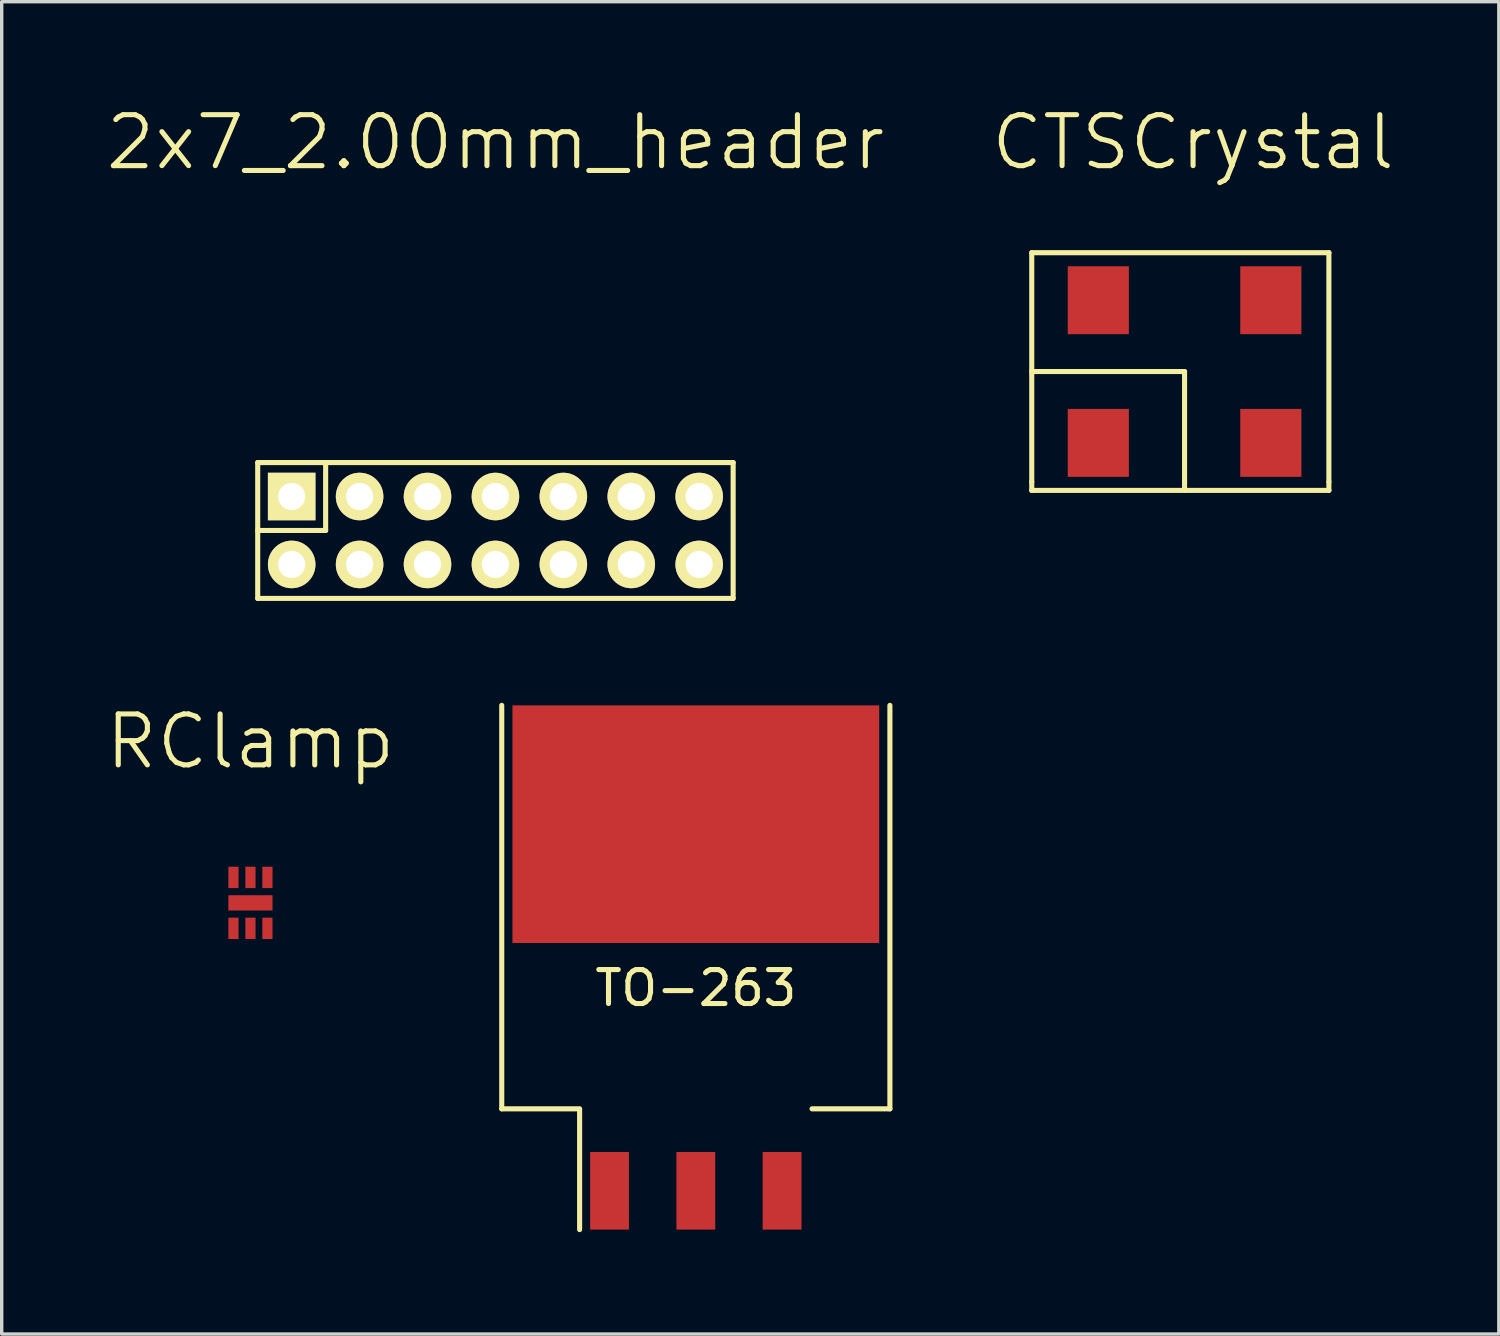
<source format=kicad_pcb>
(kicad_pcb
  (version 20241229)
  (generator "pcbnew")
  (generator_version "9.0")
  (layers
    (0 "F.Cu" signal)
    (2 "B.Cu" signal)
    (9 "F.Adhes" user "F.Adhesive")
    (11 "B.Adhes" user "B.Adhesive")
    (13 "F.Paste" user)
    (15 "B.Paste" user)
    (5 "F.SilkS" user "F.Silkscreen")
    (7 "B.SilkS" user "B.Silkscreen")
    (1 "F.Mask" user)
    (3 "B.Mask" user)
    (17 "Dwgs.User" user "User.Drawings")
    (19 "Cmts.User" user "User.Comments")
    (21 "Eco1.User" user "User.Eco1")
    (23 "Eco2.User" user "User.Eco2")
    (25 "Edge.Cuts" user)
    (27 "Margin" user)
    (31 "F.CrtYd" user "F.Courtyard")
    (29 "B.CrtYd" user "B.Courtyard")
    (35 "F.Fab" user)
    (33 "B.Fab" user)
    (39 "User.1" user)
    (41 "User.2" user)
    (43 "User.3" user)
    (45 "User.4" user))
  (footprint "CTSCrystal"
    (layer "F.Cu")
    (at 31.832 7.891)
    (property "Reference" "CTSCrystal" (at 0.25 -6.75 0) (layer "F.SilkS") (effects (font (size 1.5 1.5) (thickness 0.15))))
    (attr through_hole)
    (fp_line (start -4.5 -3.5) (end 4.25 -3.5) (stroke (width 0.15) (type solid)) (layer "F.SilkS"))
    (fp_line (start -4.5 0) (end 0 0) (stroke (width 0.15) (type solid)) (layer "F.SilkS"))
    (fp_line (start -4.5 3.25) (end -4.5 -3.5) (stroke (width 0.15) (type solid)) (layer "F.SilkS"))
    (fp_line (start -4.5 3.5) (end -4.5 3.25) (stroke (width 0.15) (type solid)) (layer "F.SilkS"))
    (fp_line (start 0 0) (end 0 3.25) (stroke (width 0.15) (type solid)) (layer "F.SilkS"))
    (fp_line (start 0 3.5) (end 0 3.25) (stroke (width 0.15) (type solid)) (layer "F.SilkS"))
    (fp_line (start 4.25 -3.5) (end 4.25 3.25) (stroke (width 0.15) (type solid)) (layer "F.SilkS"))
    (fp_line (start 4.25 3.25) (end 4.25 3.5) (stroke (width 0.15) (type solid)) (layer "F.SilkS"))
    (fp_line (start 4.25 3.5) (end -4.5 3.5) (stroke (width 0.15) (type solid)) (layer "F.SilkS"))
    (pad "1" smd rect (at -2.54 2.1) (size 1.8 2) (layers "F.Cu" "F.Mask" "F.Paste"))
    (pad "2" smd rect (at 2.54 2.1) (size 1.8 2) (layers "F.Cu" "F.Mask" "F.Paste"))
    (pad "3" smd rect (at 2.54 -2.1) (size 1.8 2) (layers "F.Cu" "F.Mask" "F.Paste"))
    (pad "4" smd rect (at -2.54 -2.1) (size 1.8 2) (layers "F.Cu" "F.Mask" "F.Paste")))
  (footprint "2x7_2.00mm_header"
    (layer "F.Cu")
    (at 11.539 12.571)
    (property "Reference" "2x7_2.00mm_header" (at 0 -11.43 0) (layer "F.SilkS") (effects (font (size 1.5 1.5) (thickness 0.15))))
    (attr through_hole)
    (fp_line (start -7 -2) (end -7 2) (stroke (width 0.15) (type solid)) (layer "F.SilkS"))
    (fp_line (start -7 0) (end -5 0) (stroke (width 0.15) (type solid)) (layer "F.SilkS"))
    (fp_line (start -7 2) (end 7 2) (stroke (width 0.15) (type solid)) (layer "F.SilkS"))
    (fp_line (start -5 0) (end -5 -2) (stroke (width 0.15) (type solid)) (layer "F.SilkS"))
    (fp_line (start 7 -2) (end -7 -2) (stroke (width 0.15) (type solid)) (layer "F.SilkS"))
    (fp_line (start 7 2) (end 7 -2) (stroke (width 0.15) (type solid)) (layer "F.SilkS"))
    (pad "1" thru_hole rect (at -6 -1) (size 1.4 1.4) (drill 0.8) (layers "*.Cu" "*.Mask" "F.SilkS"))
    (pad "2" thru_hole circle (at -6 1) (size 1.4 1.4) (drill 0.8) (layers "*.Cu" "*.Mask" "F.SilkS"))
    (pad "3" thru_hole circle (at -4 -1) (size 1.4 1.4) (drill 0.8) (layers "*.Cu" "*.Mask" "F.SilkS"))
    (pad "4" thru_hole circle (at -4 1) (size 1.4 1.4) (drill 0.8) (layers "*.Cu" "*.Mask" "F.SilkS"))
    (pad "5" thru_hole circle (at -2 -1) (size 1.4 1.4) (drill 0.8) (layers "*.Cu" "*.Mask" "F.SilkS"))
    (pad "6" thru_hole circle (at -2 1) (size 1.4 1.4) (drill 0.8) (layers "*.Cu" "*.Mask" "F.SilkS"))
    (pad "7" thru_hole circle (at 0 -1) (size 1.4 1.4) (drill 0.8) (layers "*.Cu" "*.Mask" "F.SilkS"))
    (pad "8" thru_hole circle (at 0 1) (size 1.4 1.4) (drill 0.8) (layers "*.Cu" "*.Mask" "F.SilkS"))
    (pad "9" thru_hole circle (at 2 -1) (size 1.4 1.4) (drill 0.8) (layers "*.Cu" "*.Mask" "F.SilkS"))
    (pad "10" thru_hole circle (at 2 1) (size 1.4 1.4) (drill 0.8) (layers "*.Cu" "*.Mask" "F.SilkS"))
    (pad "11" thru_hole circle (at 4 -1) (size 1.4 1.4) (drill 0.8) (layers "*.Cu" "*.Mask" "F.SilkS"))
    (pad "12" thru_hole circle (at 4 1) (size 1.4 1.4) (drill 0.8) (layers "*.Cu" "*.Mask" "F.SilkS"))
    (pad "13" thru_hole circle (at 6 -1) (size 1.4 1.4) (drill 0.8) (layers "*.Cu" "*.Mask" "F.SilkS"))
    (pad "14" thru_hole circle (at 6 1) (size 1.4 1.4) (drill 0.8) (layers "*.Cu" "*.Mask" "F.SilkS")))
  (footprint "RClamp"
    (layer "F.Cu")
    (at 4.325 23.537)
    (property "Reference" "RClamp" (at 0 -4.75 0) (layer "F.SilkS") (effects (font (size 1.5 1.5) (thickness 0.15))))
    (attr through_hole)
    (pad "1" smd rect (at -0.5 0.75) (size 0.3 0.63) (layers "F.Cu" "F.Mask" "F.Paste"))
    (pad "2" smd rect (at 0 0.75) (size 0.3 0.63) (layers "F.Cu" "F.Mask" "F.Paste"))
    (pad "3" smd rect (at 0.5 0.75) (size 0.3 0.63) (layers "F.Cu" "F.Mask" "F.Paste"))
    (pad "4" smd rect (at 0.5 -0.75) (size 0.3 0.63) (layers "F.Cu" "F.Mask" "F.Paste"))
    (pad "5" smd rect (at 0 -0.75) (size 0.3 0.63) (layers "F.Cu" "F.Mask" "F.Paste"))
    (pad "6" smd rect (at -0.5 -0.75) (size 0.3 0.63) (layers "F.Cu" "F.Mask" "F.Paste"))
    (pad "PAD" smd rect (at 0 0) (size 1.3 0.45) (layers "F.Cu" "F.Mask" "F.Paste")))
  (footprint "TO-263"
    (layer "F.Cu")
    (at 17.44 32.015)
    (property "Reference" "TO-263" (at 0 -5.969 0) (layer "F.SilkS") (effects (font (size 1 1) (thickness 0.15))))
    (attr smd)
    (fp_line (start -5.715 -2.413) (end -5.715 -14.294) (stroke (width 0.15) (type solid)) (layer "F.SilkS"))
    (fp_line (start -5.715 -2.413) (end -3.422 -2.413) (stroke (width 0.15) (type solid)) (layer "F.SilkS"))
    (fp_line (start -3.422 -2.4) (end -3.422 1.143) (stroke (width 0.15) (type solid)) (layer "F.SilkS"))
    (fp_line (start 3.422 -2.413) (end 5.715 -2.413) (stroke (width 0.15) (type solid)) (layer "F.SilkS"))
    (fp_line (start 5.715 -14.294) (end 5.715 -2.413) (stroke (width 0.15) (type solid)) (layer "F.SilkS"))
    (pad "1" smd rect (at -2.54 0) (size 1.143 2.286) (layers "F.Cu" "F.Mask" "F.Paste"))
    (pad "2" smd rect (at 0 0) (size 1.143 2.286) (layers "F.Cu" "F.Mask" "F.Paste"))
    (pad "3" smd rect (at 2.54 0) (size 1.143 2.286) (layers "F.Cu" "F.Mask" "F.Paste"))
    (pad "PAD" smd rect (at 0 -10.795) (size 10.8 6.998) (layers "F.Cu" "F.Mask" "F.Paste")))
  (gr_rect
    (start -3 -3)
    (end 41.086 36.233)
    (stroke (width 0.1) (type default))
    (fill no)
    (layer "Edge.Cuts")))
</source>
